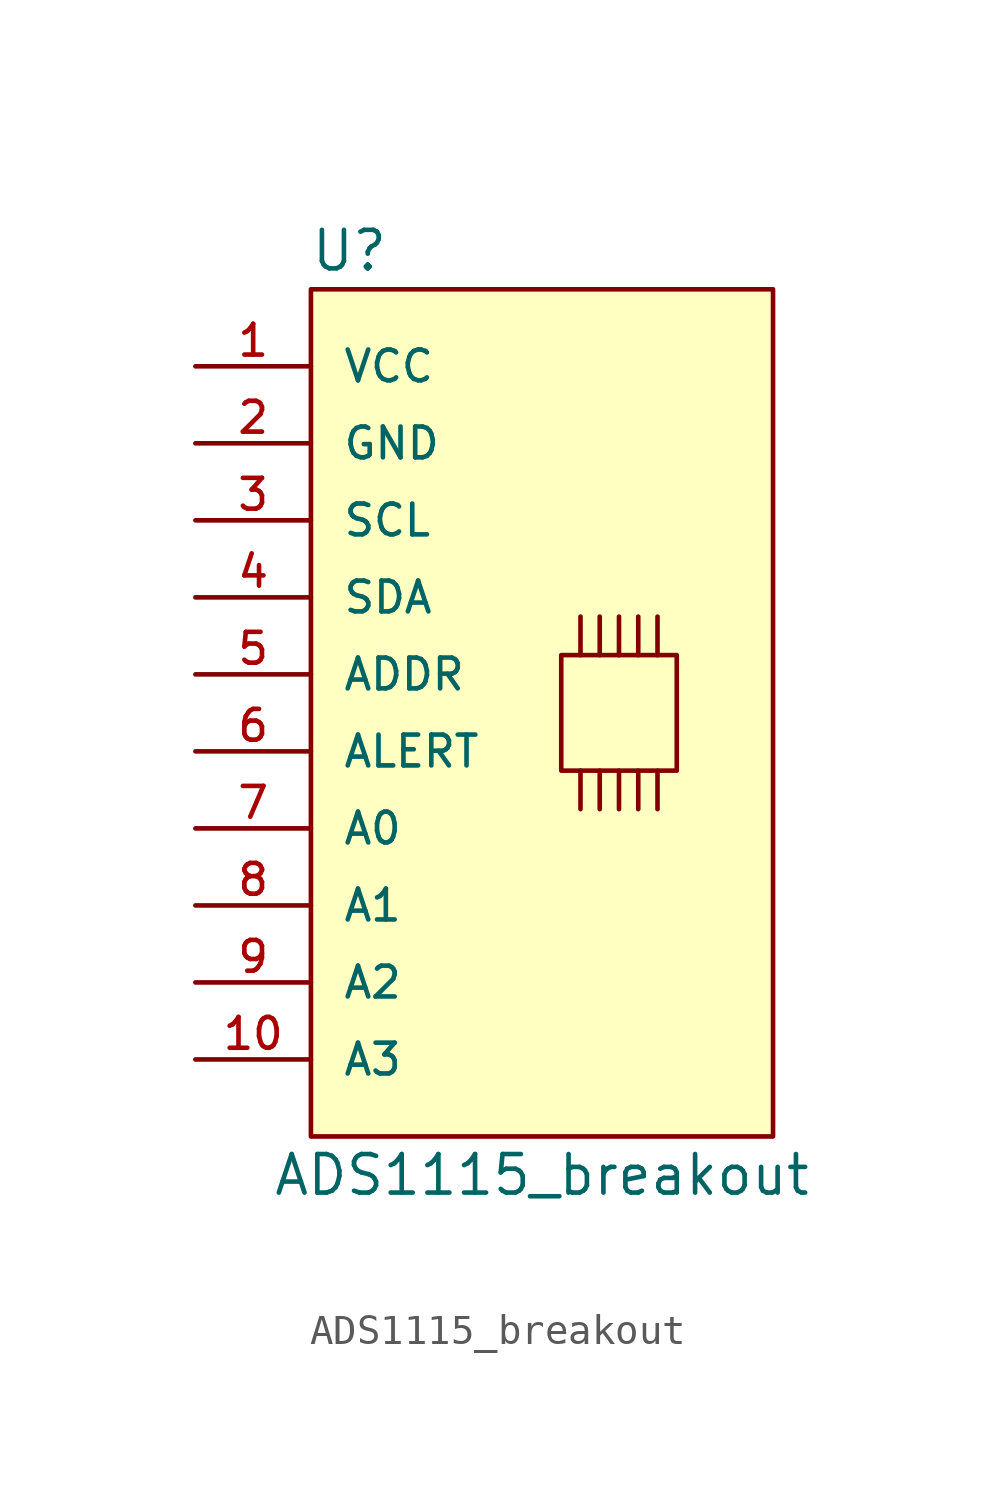
<source format=kicad_sym>
(kicad_symbol_lib
  (version 20211014)
  (generator kicad_symbol_editor)
  (symbol "ADS1115_breakout"
    (pin_names
      (offset 1.016))
    (property "Reference" "U"
      (at -5.08 15.24 0)
      (effects (font (size 1.27 1.27))))
    (property "Value" "ADS1115_breakout"
      (at 1.27 -15.24 0)
      (effects (font (size 1.27 1.27))))
    (symbol "ADS1115_breakout_0_1"
      (rectangle (start -6.35 13.97) (end 8.89 -13.97) (stroke (width 0) (type default) (color 0 0 0 0)) (fill (type background)))
      (rectangle (start 1.905 1.905) (end 5.715 -1.905) (stroke (width 0) (type default) (color 0 0 0 0)) (fill (type none)))
      (rectangle (start 2.54 -1.905) (end 2.54 -3.175) (stroke (width 0) (type default) (color 0 0 0 0)) (fill (type none)))
      (rectangle (start 2.54 1.905) (end 2.54 3.175) (stroke (width 0) (type default) (color 0 0 0 0)) (fill (type none)))
      (rectangle (start 3.175 -1.905) (end 3.175 -3.175) (stroke (width 0) (type default) (color 0 0 0 0)) (fill (type none)))
      (rectangle (start 3.175 1.905) (end 3.175 3.175) (stroke (width 0) (type default) (color 0 0 0 0)) (fill (type none)))
      (rectangle (start 3.81 -1.905) (end 3.81 -3.175) (stroke (width 0) (type default) (color 0 0 0 0)) (fill (type none)))
      (rectangle (start 3.81 1.905) (end 3.81 3.175) (stroke (width 0) (type default) (color 0 0 0 0)) (fill (type none)))
      (rectangle (start 4.445 -1.905) (end 4.445 -3.175) (stroke (width 0) (type default) (color 0 0 0 0)) (fill (type none)))
      (rectangle (start 4.445 1.905) (end 4.445 3.175) (stroke (width 0) (type default) (color 0 0 0 0)) (fill (type none)))
      (rectangle (start 5.08 -1.905) (end 5.08 -3.175) (stroke (width 0) (type default) (color 0 0 0 0)) (fill (type none)))
      (rectangle (start 5.08 1.905) (end 5.08 3.175) (stroke (width 0) (type default) (color 0 0 0 0)) (fill (type none))))
    (symbol "ADS1115_breakout_1_1"
      (pin power_in line (at -10.16 11.43 0) (length 3.81) (name "VCC" (effects (font (size 1.016 1.016)))) (number "1" (effects (font (size 1.016 1.016)))))
      (pin input line (at -10.16 -11.43 0) (length 3.81) (name "A3" (effects (font (size 1.016 1.016)))) (number "10" (effects (font (size 1.016 1.016)))))
      (pin power_in line (at -10.16 8.89 0) (length 3.81) (name "GND" (effects (font (size 1.016 1.016)))) (number "2" (effects (font (size 1.016 1.016)))))
      (pin input line (at -10.16 6.35 0) (length 3.81) (name "SCL" (effects (font (size 1.016 1.016)))) (number "3" (effects (font (size 1.016 1.016)))))
      (pin bidirectional line (at -10.16 3.81 0) (length 3.81) (name "SDA" (effects (font (size 1.016 1.016)))) (number "4" (effects (font (size 1.016 1.016)))))
      (pin passive line (at -10.16 1.27 0) (length 3.81) (name "ADDR" (effects (font (size 1.016 1.016)))) (number "5" (effects (font (size 1.016 1.016)))))
      (pin output line (at -10.16 -1.27 0) (length 3.81) (name "ALERT" (effects (font (size 1.016 1.016)))) (number "6" (effects (font (size 1.016 1.016)))))
      (pin input line (at -10.16 -3.81 0) (length 3.81) (name "A0" (effects (font (size 1.016 1.016)))) (number "7" (effects (font (size 1.016 1.016)))))
      (pin input line (at -10.16 -6.35 0) (length 3.81) (name "A1" (effects (font (size 1.016 1.016)))) (number "8" (effects (font (size 1.016 1.016)))))
      (pin input line (at -10.16 -8.89 0) (length 3.81) (name "A2" (effects (font (size 1.016 1.016)))) (number "9" (effects (font (size 1.016 1.016))))))))
</source>
